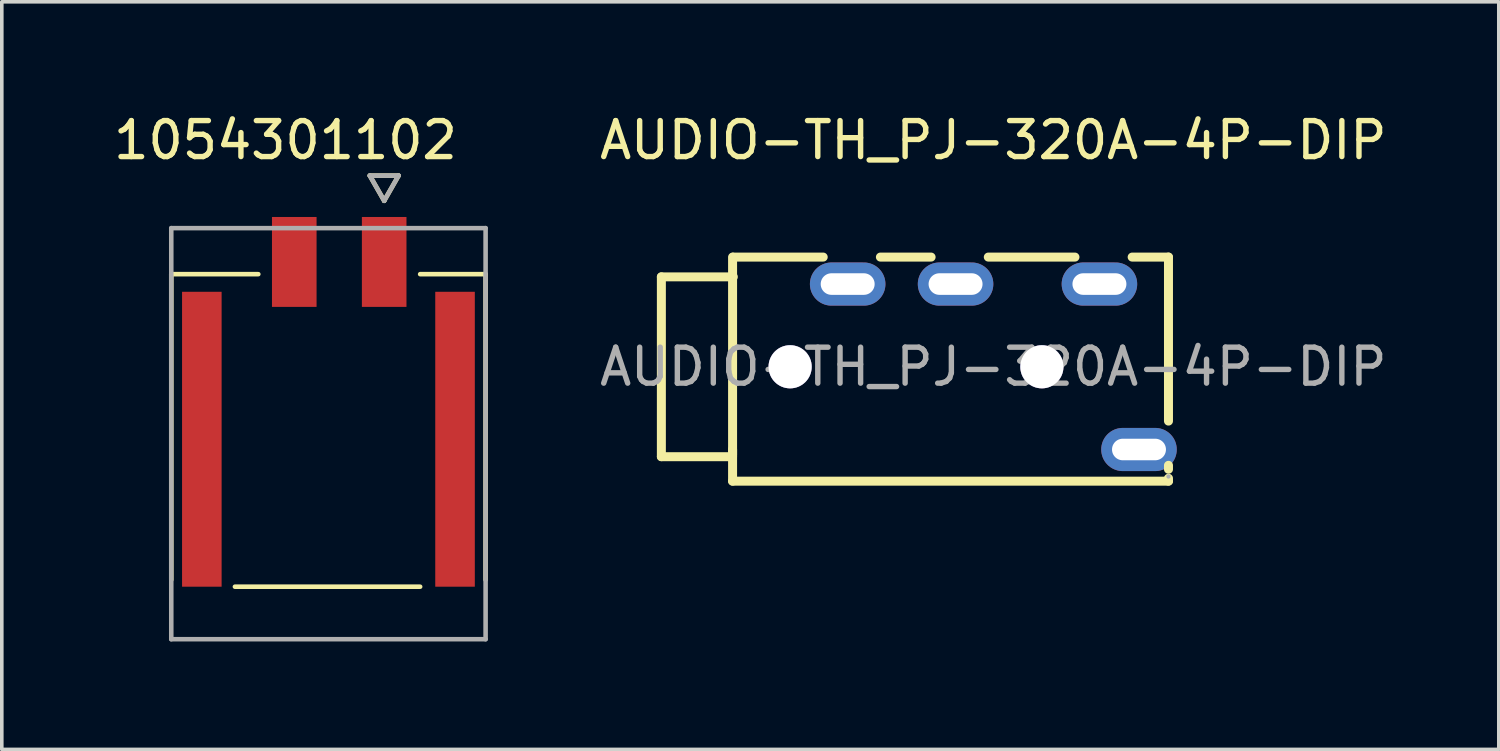
<source format=kicad_pcb>
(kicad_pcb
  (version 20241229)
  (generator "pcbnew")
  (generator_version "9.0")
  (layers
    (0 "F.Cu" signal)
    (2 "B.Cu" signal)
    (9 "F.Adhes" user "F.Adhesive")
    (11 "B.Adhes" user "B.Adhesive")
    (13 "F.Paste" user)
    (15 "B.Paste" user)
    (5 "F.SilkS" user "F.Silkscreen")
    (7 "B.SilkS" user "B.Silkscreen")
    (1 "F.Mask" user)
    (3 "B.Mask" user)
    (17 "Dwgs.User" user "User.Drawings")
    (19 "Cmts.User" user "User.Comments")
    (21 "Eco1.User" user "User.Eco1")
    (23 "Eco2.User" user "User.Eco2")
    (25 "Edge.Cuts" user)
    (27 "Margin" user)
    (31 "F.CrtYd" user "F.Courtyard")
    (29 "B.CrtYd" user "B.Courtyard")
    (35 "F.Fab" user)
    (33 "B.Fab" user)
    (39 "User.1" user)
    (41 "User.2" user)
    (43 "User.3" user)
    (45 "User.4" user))
  (footprint "1054301102"
    (layer "F.Cu")
    (at 6.082 9.008)
    (property "Reference" "1054301102" (at -1.195 -8.16 0) (layer "F.SilkS") (effects (font (size 1 1) (thickness 0.15))))
    (attr smd)
    (fp_poly (pts (xy -4.146 -4.021) (xy -2.894 -4.021) (xy -2.894 4.331) (xy -4.146 4.331)) (stroke (width 0.01) (type solid)) (fill yes) (layer "F.Mask"))
    (fp_poly (pts (xy -1.646 -6.101) (xy -0.254 -6.101) (xy -0.254 -3.449) (xy -1.646 -3.449)) (stroke (width 0.01) (type solid)) (fill yes) (layer "F.Mask"))
    (fp_poly (pts (xy 0.854 -6.101) (xy 2.246 -6.101) (xy 2.246 -3.449) (xy 0.854 -3.449)) (stroke (width 0.01) (type solid)) (fill yes) (layer "F.Mask"))
    (fp_poly (pts (xy 2.894 -4.021) (xy 4.146 -4.021) (xy 4.146 4.331) (xy 2.894 4.331)) (stroke (width 0.01) (type solid)) (fill yes) (layer "F.Mask"))
    (fp_line (start -4.37 -4.435) (end -4.37 4.064) (stroke (width 0.127) (type solid)) (layer "F.SilkS"))
    (fp_line (start -4.37 -4.435) (end -1.95 -4.435) (stroke (width 0.127) (type solid)) (layer "F.SilkS"))
    (fp_line (start 1.15 -7.175) (end 1.55 -6.475) (stroke (width 0.127) (type solid)) (layer "F.SilkS"))
    (fp_line (start 1.55 -6.475) (end 1.95 -7.175) (stroke (width 0.127) (type solid)) (layer "F.SilkS"))
    (fp_line (start 1.95 -7.175) (end 1.15 -7.175) (stroke (width 0.127) (type solid)) (layer "F.SilkS"))
    (fp_line (start 2.55 -4.435) (end 4.37 -4.435) (stroke (width 0.127) (type solid)) (layer "F.SilkS"))
    (fp_line (start 2.55 4.255) (end -2.6 4.255) (stroke (width 0.127) (type solid)) (layer "F.SilkS"))
    (fp_line (start 4.37 -4.435) (end 4.37 4.064) (stroke (width 0.127) (type solid)) (layer "F.SilkS"))
    (fp_line (start -4.37 -5.715) (end 4.37 -5.715) (stroke (width 0.127) (type solid)) (layer "F.Fab"))
    (fp_line (start -4.37 5.715) (end -4.37 -5.715) (stroke (width 0.127) (type solid)) (layer "F.Fab"))
    (fp_line (start 1.15 -7.175) (end 1.55 -6.475) (stroke (width 0.127) (type solid)) (layer "F.Fab"))
    (fp_line (start 1.55 -6.475) (end 1.95 -7.175) (stroke (width 0.127) (type solid)) (layer "F.Fab"))
    (fp_line (start 1.95 -7.175) (end 1.15 -7.175) (stroke (width 0.127) (type solid)) (layer "F.Fab"))
    (fp_line (start 4.37 -5.715) (end 4.37 5.715) (stroke (width 0.127) (type solid)) (layer "F.Fab"))
    (fp_line (start 4.37 5.715) (end -4.37 5.715) (stroke (width 0.127) (type solid)) (layer "F.Fab"))
    (pad "1" smd rect (at 1.55 -4.775) (size 1.24 2.5) (layers "F.Cu" "F.Paste"))
    (pad "2" smd rect (at -0.95 -4.775) (size 1.24 2.5) (layers "F.Cu" "F.Paste"))
    (pad "S1" smd rect (at -3.52 0.155) (size 1.1 8.2) (layers "F.Cu" "F.Paste"))
    (pad "S2" smd rect (at 3.52 0.155) (size 1.1 8.2) (layers "F.Cu" "F.Paste")))
  (footprint "AUDIO-TH_PJ-320A-4P-DIP"
    (layer "F.Cu")
    (at 24.569 7.148)
    (property "Reference" "AUDIO-TH_PJ-320A-4P-DIP" (at 0 -6.3 0) (layer "F.SilkS") (effects (font (size 1 1) (thickness 0.15))))
    (attr through_hole)
    (fp_line (start -9.23 -2.5) (end -9.23 2.5) (stroke (width 0.25) (type solid)) (layer "F.SilkS"))
    (fp_line (start -9.23 -2.5) (end -7.23 -2.5) (stroke (width 0.25) (type solid)) (layer "F.SilkS"))
    (fp_line (start -9.23 2.5) (end -7.25 2.5) (stroke (width 0.25) (type solid)) (layer "F.SilkS"))
    (fp_line (start -7.25 2.46) (end -7.25 -3.05) (stroke (width 0.25) (type solid)) (layer "F.SilkS"))
    (fp_line (start -7.25 3.18) (end -7.25 2.3) (stroke (width 0.25) (type solid)) (layer "F.SilkS"))
    (fp_line (start -7.23 -3.05) (end -4.73 -3.05) (stroke (width 0.25) (type solid)) (layer "F.SilkS"))
    (fp_line (start -3.14 -3.05) (end -1.73 -3.05) (stroke (width 0.25) (type solid)) (layer "F.SilkS"))
    (fp_line (start -0.14 -3.05) (end 2.27 -3.05) (stroke (width 0.25) (type solid)) (layer "F.SilkS"))
    (fp_line (start 3.86 -3.05) (end 4.87 -3.05) (stroke (width 0.25) (type solid)) (layer "F.SilkS"))
    (fp_line (start 4.87 -3.05) (end 4.87 1.51) (stroke (width 0.25) (type solid)) (layer "F.SilkS"))
    (fp_line (start 4.87 2.74) (end 4.87 2.85) (stroke (width 0.25) (type solid)) (layer "F.SilkS"))
    (fp_line (start 4.87 3.1) (end 4.87 3.18) (stroke (width 0.25) (type solid)) (layer "F.SilkS"))
    (fp_line (start 4.87 3.18) (end -7.25 3.18) (stroke (width 0.25) (type solid)) (layer "F.SilkS"))
    (fp_circle (center -5.65 0) (end -5.46 0) (stroke (width 0.38) (type solid)) (fill no) (layer "Cmts.User"))
    (fp_circle (center 1.35 0) (end 1.54 0) (stroke (width 0.38) (type solid)) (fill no) (layer "Cmts.User"))
    (fp_circle (center 4.87 3.05) (end 4.9 3.05) (stroke (width 0.06) (type solid)) (fill no) (layer "F.Fab"))
    (fp_text user "${REFERENCE}" (at 0 0 0) (layer "F.Fab") (effects (font (size 1 1) (thickness 0.15))))
    (pad "" thru_hole circle (at -5.65 0) (size 1.2 1.2) (drill 1.2) (layers "*.Cu" "*.Mask"))
    (pad "" thru_hole circle (at 1.35 0) (size 1.2 1.2) (drill 1.2) (layers "*.Cu" "*.Mask"))
    (pad "R1" thru_hole oval (at 2.95 -2.3 90) (size 1.2 2.1) (drill oval 0.6 1.5) (layers "*.Cu" "*.Mask"))
    (pad "R2" thru_hole oval (at -1.05 -2.3 90) (size 1.2 2.1) (drill oval 0.6 1.5) (layers "*.Cu" "*.Mask"))
    (pad "S" thru_hole oval (at -4.05 -2.3 90) (size 1.2 2.1) (drill oval 0.6 1.5) (layers "*.Cu" "*.Mask"))
    (pad "T" thru_hole oval (at 4.05 2.3 90) (size 1.2 2.1) (drill oval 0.6 1.5) (layers "*.Cu" "*.Mask")))
  (gr_rect
    (start -3 -3)
    (end 38.623 17.787)
    (stroke (width 0.1) (type default))
    (fill no)
    (layer "Edge.Cuts")))
</source>
